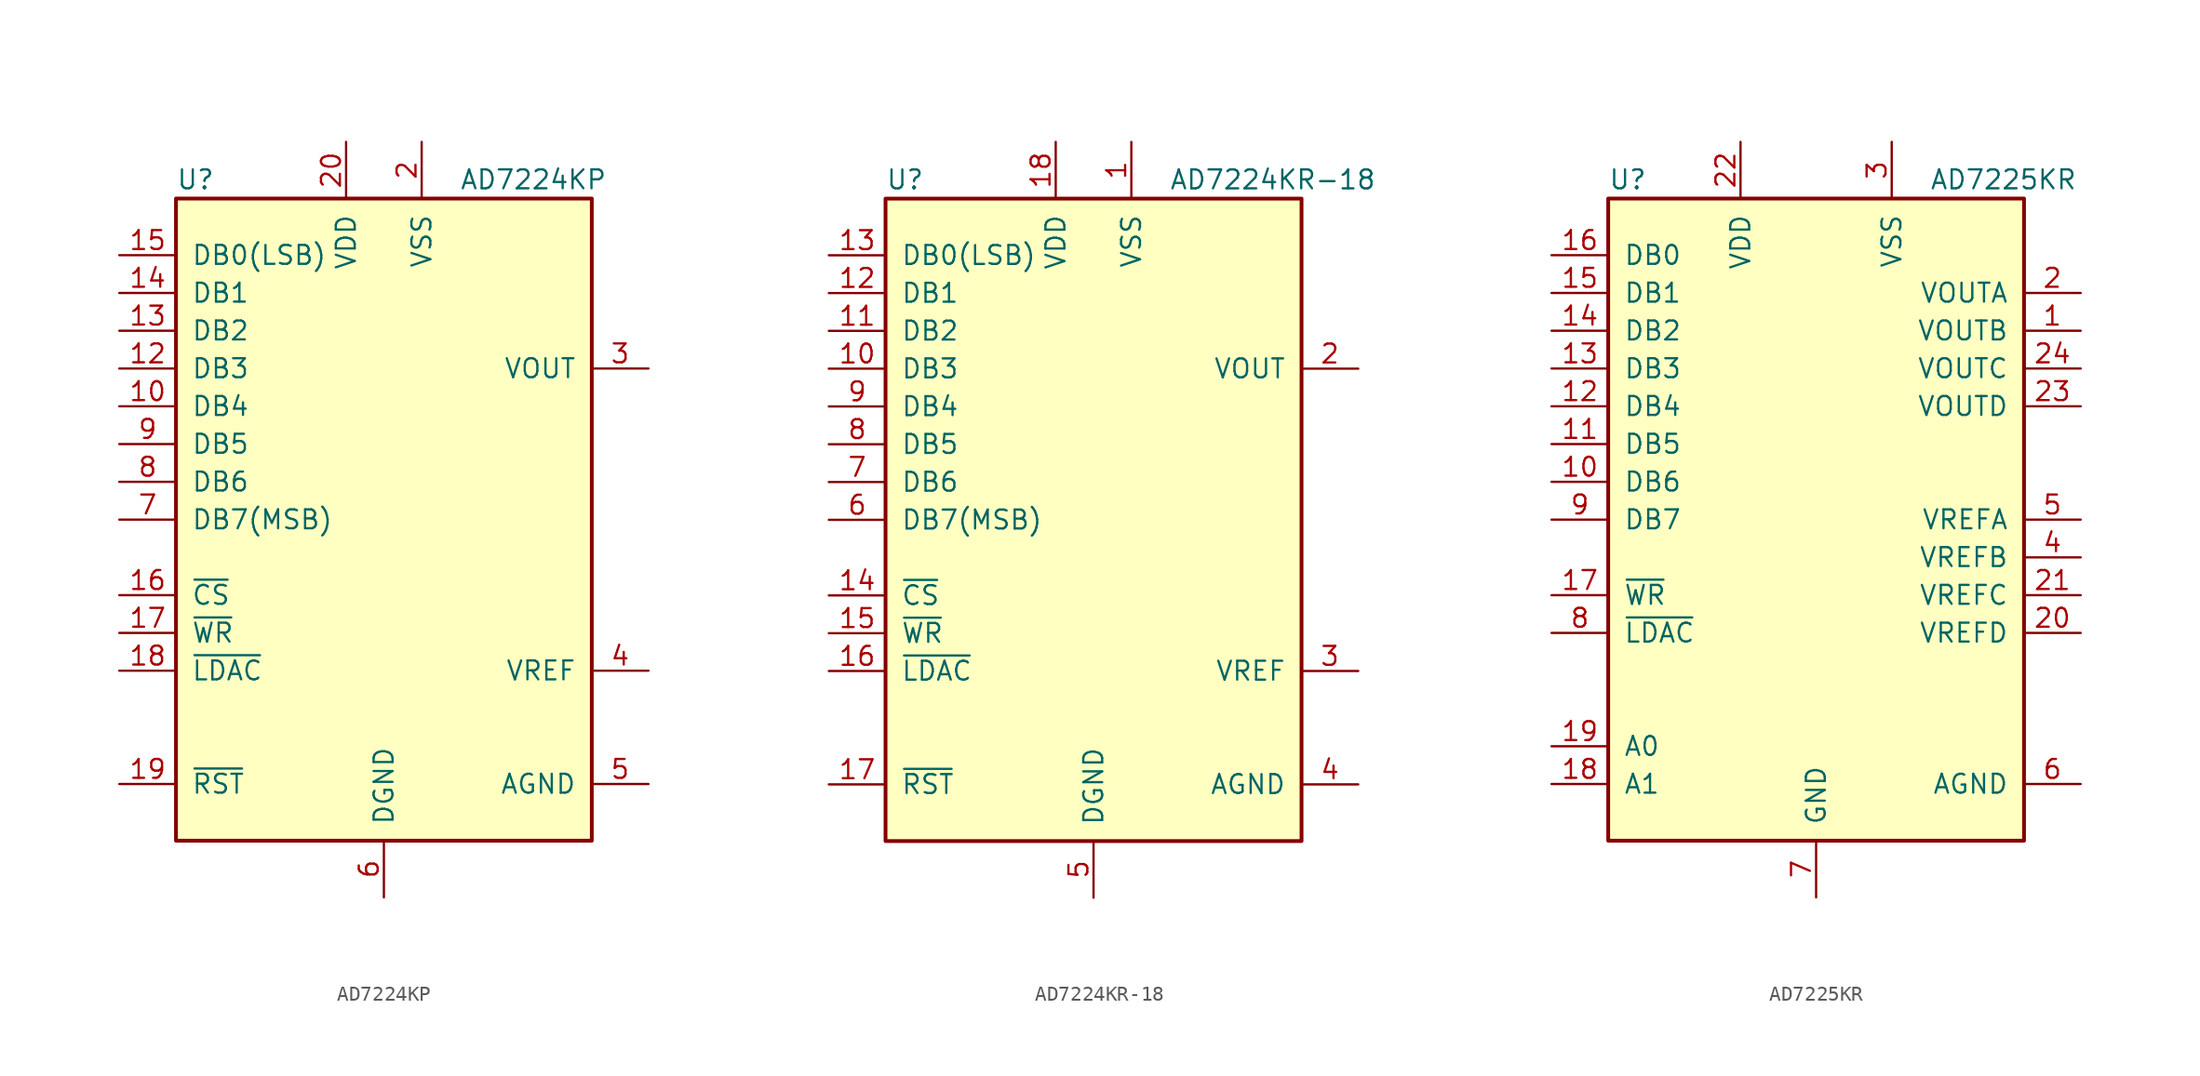
<source format=kicad_sym>
(kicad_symbol_lib
  (version 20201005)
  (generator kicad_symbol_editor)
  (symbol "Analog_DAC:AD7224KP"
    (pin_names
      (offset 1.016))
    (property "Reference" "U"
      (at -13.97 22.86 0)
      (effects (font (size 1.27 1.27)) (justify left)))
    (property "Value" "AD7224KP"
      (at 5.08 22.86 0)
      (effects (font (size 1.27 1.27)) (justify left)))
    (symbol "AD7224KP_1_1"
      (rectangle (start -13.97 -21.59) (end 13.97 21.59) (stroke (width 0.254)) (fill (type background)))
      (pin input line (at -17.78 7.62 0) (length 3.81) (name "DB4" (effects (font (size 1.27 1.27)))) (number "10" (effects (font (size 1.27 1.27)))))
      (pin input line (at -17.78 10.16 0) (length 3.81) (name "DB3" (effects (font (size 1.27 1.27)))) (number "12" (effects (font (size 1.27 1.27)))))
      (pin input line (at -17.78 12.7 0) (length 3.81) (name "DB2" (effects (font (size 1.27 1.27)))) (number "13" (effects (font (size 1.27 1.27)))))
      (pin input line (at -17.78 15.24 0) (length 3.81) (name "DB1" (effects (font (size 1.27 1.27)))) (number "14" (effects (font (size 1.27 1.27)))))
      (pin input line (at -17.78 17.78 0) (length 3.81) (name "DB0(LSB)" (effects (font (size 1.27 1.27)))) (number "15" (effects (font (size 1.27 1.27)))))
      (pin input line (at -17.78 -5.08 0) (length 3.81) (name "~CS" (effects (font (size 1.27 1.27)))) (number "16" (effects (font (size 1.27 1.27)))))
      (pin input line (at -17.78 -7.62 0) (length 3.81) (name "~WR" (effects (font (size 1.27 1.27)))) (number "17" (effects (font (size 1.27 1.27)))))
      (pin input line (at -17.78 -10.16 0) (length 3.81) (name "~LDAC" (effects (font (size 1.27 1.27)))) (number "18" (effects (font (size 1.27 1.27)))))
      (pin input line (at -17.78 -17.78 0) (length 3.81) (name "~RST" (effects (font (size 1.27 1.27)))) (number "19" (effects (font (size 1.27 1.27)))))
      (pin power_in line (at 2.54 25.4 270) (length 3.81) (name "VSS" (effects (font (size 1.27 1.27)))) (number "2" (effects (font (size 1.27 1.27)))))
      (pin power_in line (at -2.54 25.4 270) (length 3.81) (name "VDD" (effects (font (size 1.27 1.27)))) (number "20" (effects (font (size 1.27 1.27)))))
      (pin output line (at 17.78 10.16 180) (length 3.81) (name "VOUT" (effects (font (size 1.27 1.27)))) (number "3" (effects (font (size 1.27 1.27)))))
      (pin passive line (at 17.78 -10.16 180) (length 3.81) (name "VREF" (effects (font (size 1.27 1.27)))) (number "4" (effects (font (size 1.27 1.27)))))
      (pin passive line (at 17.78 -17.78 180) (length 3.81) (name "AGND" (effects (font (size 1.27 1.27)))) (number "5" (effects (font (size 1.27 1.27)))))
      (pin power_in line (at 0 -25.4 90) (length 3.81) (name "DGND" (effects (font (size 1.27 1.27)))) (number "6" (effects (font (size 1.27 1.27)))))
      (pin input line (at -17.78 0 0) (length 3.81) (name "DB7(MSB)" (effects (font (size 1.27 1.27)))) (number "7" (effects (font (size 1.27 1.27)))))
      (pin input line (at -17.78 2.54 0) (length 3.81) (name "DB6" (effects (font (size 1.27 1.27)))) (number "8" (effects (font (size 1.27 1.27)))))
      (pin input line (at -17.78 5.08 0) (length 3.81) (name "DB5" (effects (font (size 1.27 1.27)))) (number "9" (effects (font (size 1.27 1.27)))))))
  (symbol "Analog_DAC:AD7224KR-18"
    (pin_names
      (offset 1.016))
    (property "Reference" "U"
      (at -13.97 22.86 0)
      (effects (font (size 1.27 1.27)) (justify left)))
    (property "Value" "AD7224KR-18"
      (at 5.08 22.86 0)
      (effects (font (size 1.27 1.27)) (justify left)))
    (symbol "AD7224KR-18_1_1"
      (rectangle (start -13.97 -21.59) (end 13.97 21.59) (stroke (width 0.254)) (fill (type background)))
      (pin power_in line (at 2.54 25.4 270) (length 3.81) (name "VSS" (effects (font (size 1.27 1.27)))) (number "1" (effects (font (size 1.27 1.27)))))
      (pin input line (at -17.78 10.16 0) (length 3.81) (name "DB3" (effects (font (size 1.27 1.27)))) (number "10" (effects (font (size 1.27 1.27)))))
      (pin input line (at -17.78 12.7 0) (length 3.81) (name "DB2" (effects (font (size 1.27 1.27)))) (number "11" (effects (font (size 1.27 1.27)))))
      (pin input line (at -17.78 15.24 0) (length 3.81) (name "DB1" (effects (font (size 1.27 1.27)))) (number "12" (effects (font (size 1.27 1.27)))))
      (pin input line (at -17.78 17.78 0) (length 3.81) (name "DB0(LSB)" (effects (font (size 1.27 1.27)))) (number "13" (effects (font (size 1.27 1.27)))))
      (pin input line (at -17.78 -5.08 0) (length 3.81) (name "~CS" (effects (font (size 1.27 1.27)))) (number "14" (effects (font (size 1.27 1.27)))))
      (pin input line (at -17.78 -7.62 0) (length 3.81) (name "~WR" (effects (font (size 1.27 1.27)))) (number "15" (effects (font (size 1.27 1.27)))))
      (pin input line (at -17.78 -10.16 0) (length 3.81) (name "~LDAC" (effects (font (size 1.27 1.27)))) (number "16" (effects (font (size 1.27 1.27)))))
      (pin input line (at -17.78 -17.78 0) (length 3.81) (name "~RST" (effects (font (size 1.27 1.27)))) (number "17" (effects (font (size 1.27 1.27)))))
      (pin power_in line (at -2.54 25.4 270) (length 3.81) (name "VDD" (effects (font (size 1.27 1.27)))) (number "18" (effects (font (size 1.27 1.27)))))
      (pin output line (at 17.78 10.16 180) (length 3.81) (name "VOUT" (effects (font (size 1.27 1.27)))) (number "2" (effects (font (size 1.27 1.27)))))
      (pin passive line (at 17.78 -10.16 180) (length 3.81) (name "VREF" (effects (font (size 1.27 1.27)))) (number "3" (effects (font (size 1.27 1.27)))))
      (pin passive line (at 17.78 -17.78 180) (length 3.81) (name "AGND" (effects (font (size 1.27 1.27)))) (number "4" (effects (font (size 1.27 1.27)))))
      (pin power_in line (at 0 -25.4 90) (length 3.81) (name "DGND" (effects (font (size 1.27 1.27)))) (number "5" (effects (font (size 1.27 1.27)))))
      (pin input line (at -17.78 0 0) (length 3.81) (name "DB7(MSB)" (effects (font (size 1.27 1.27)))) (number "6" (effects (font (size 1.27 1.27)))))
      (pin input line (at -17.78 2.54 0) (length 3.81) (name "DB6" (effects (font (size 1.27 1.27)))) (number "7" (effects (font (size 1.27 1.27)))))
      (pin input line (at -17.78 5.08 0) (length 3.81) (name "DB5" (effects (font (size 1.27 1.27)))) (number "8" (effects (font (size 1.27 1.27)))))
      (pin input line (at -17.78 7.62 0) (length 3.81) (name "DB4" (effects (font (size 1.27 1.27)))) (number "9" (effects (font (size 1.27 1.27)))))))
  (symbol "Analog_DAC:AD7225KR"
    (pin_names
      (offset 1.016))
    (property "Reference" "U"
      (at -13.97 22.86 0)
      (effects (font (size 1.27 1.27)) (justify left)))
    (property "Value" "AD7225KR"
      (at 7.62 22.86 0)
      (effects (font (size 1.27 1.27)) (justify left)))
    (symbol "AD7225KR_0_1"
      (rectangle (start -13.97 -21.59) (end 13.97 21.59) (stroke (width 0.254)) (fill (type background))))
    (symbol "AD7225KR_1_1"
      (pin output line (at 17.78 12.7 180) (length 3.81) (name "VOUTB" (effects (font (size 1.27 1.27)))) (number "1" (effects (font (size 1.27 1.27)))))
      (pin input line (at -17.78 2.54 0) (length 3.81) (name "DB6" (effects (font (size 1.27 1.27)))) (number "10" (effects (font (size 1.27 1.27)))))
      (pin input line (at -17.78 5.08 0) (length 3.81) (name "DB5" (effects (font (size 1.27 1.27)))) (number "11" (effects (font (size 1.27 1.27)))))
      (pin input line (at -17.78 7.62 0) (length 3.81) (name "DB4" (effects (font (size 1.27 1.27)))) (number "12" (effects (font (size 1.27 1.27)))))
      (pin input line (at -17.78 10.16 0) (length 3.81) (name "DB3" (effects (font (size 1.27 1.27)))) (number "13" (effects (font (size 1.27 1.27)))))
      (pin input line (at -17.78 12.7 0) (length 3.81) (name "DB2" (effects (font (size 1.27 1.27)))) (number "14" (effects (font (size 1.27 1.27)))))
      (pin input line (at -17.78 15.24 0) (length 3.81) (name "DB1" (effects (font (size 1.27 1.27)))) (number "15" (effects (font (size 1.27 1.27)))))
      (pin input line (at -17.78 17.78 0) (length 3.81) (name "DB0" (effects (font (size 1.27 1.27)))) (number "16" (effects (font (size 1.27 1.27)))))
      (pin input line (at -17.78 -5.08 0) (length 3.81) (name "~WR" (effects (font (size 1.27 1.27)))) (number "17" (effects (font (size 1.27 1.27)))))
      (pin input line (at -17.78 -17.78 0) (length 3.81) (name "A1" (effects (font (size 1.27 1.27)))) (number "18" (effects (font (size 1.27 1.27)))))
      (pin input line (at -17.78 -15.24 0) (length 3.81) (name "A0" (effects (font (size 1.27 1.27)))) (number "19" (effects (font (size 1.27 1.27)))))
      (pin output line (at 17.78 15.24 180) (length 3.81) (name "VOUTA" (effects (font (size 1.27 1.27)))) (number "2" (effects (font (size 1.27 1.27)))))
      (pin input line (at 17.78 -7.62 180) (length 3.81) (name "VREFD" (effects (font (size 1.27 1.27)))) (number "20" (effects (font (size 1.27 1.27)))))
      (pin input line (at 17.78 -5.08 180) (length 3.81) (name "VREFC" (effects (font (size 1.27 1.27)))) (number "21" (effects (font (size 1.27 1.27)))))
      (pin power_in line (at -5.08 25.4 270) (length 3.81) (name "VDD" (effects (font (size 1.27 1.27)))) (number "22" (effects (font (size 1.27 1.27)))))
      (pin output line (at 17.78 7.62 180) (length 3.81) (name "VOUTD" (effects (font (size 1.27 1.27)))) (number "23" (effects (font (size 1.27 1.27)))))
      (pin output line (at 17.78 10.16 180) (length 3.81) (name "VOUTC" (effects (font (size 1.27 1.27)))) (number "24" (effects (font (size 1.27 1.27)))))
      (pin power_in line (at 5.08 25.4 270) (length 3.81) (name "VSS" (effects (font (size 1.27 1.27)))) (number "3" (effects (font (size 1.27 1.27)))))
      (pin input line (at 17.78 -2.54 180) (length 3.81) (name "VREFB" (effects (font (size 1.27 1.27)))) (number "4" (effects (font (size 1.27 1.27)))))
      (pin input line (at 17.78 0 180) (length 3.81) (name "VREFA" (effects (font (size 1.27 1.27)))) (number "5" (effects (font (size 1.27 1.27)))))
      (pin input line (at 17.78 -17.78 180) (length 3.81) (name "AGND" (effects (font (size 1.27 1.27)))) (number "6" (effects (font (size 1.27 1.27)))))
      (pin power_in line (at 0 -25.4 90) (length 3.81) (name "GND" (effects (font (size 1.27 1.27)))) (number "7" (effects (font (size 1.27 1.27)))))
      (pin input line (at -17.78 -7.62 0) (length 3.81) (name "~LDAC" (effects (font (size 1.27 1.27)))) (number "8" (effects (font (size 1.27 1.27)))))
      (pin input line (at -17.78 0 0) (length 3.81) (name "DB7" (effects (font (size 1.27 1.27)))) (number "9" (effects (font (size 1.27 1.27))))))))
</source>
